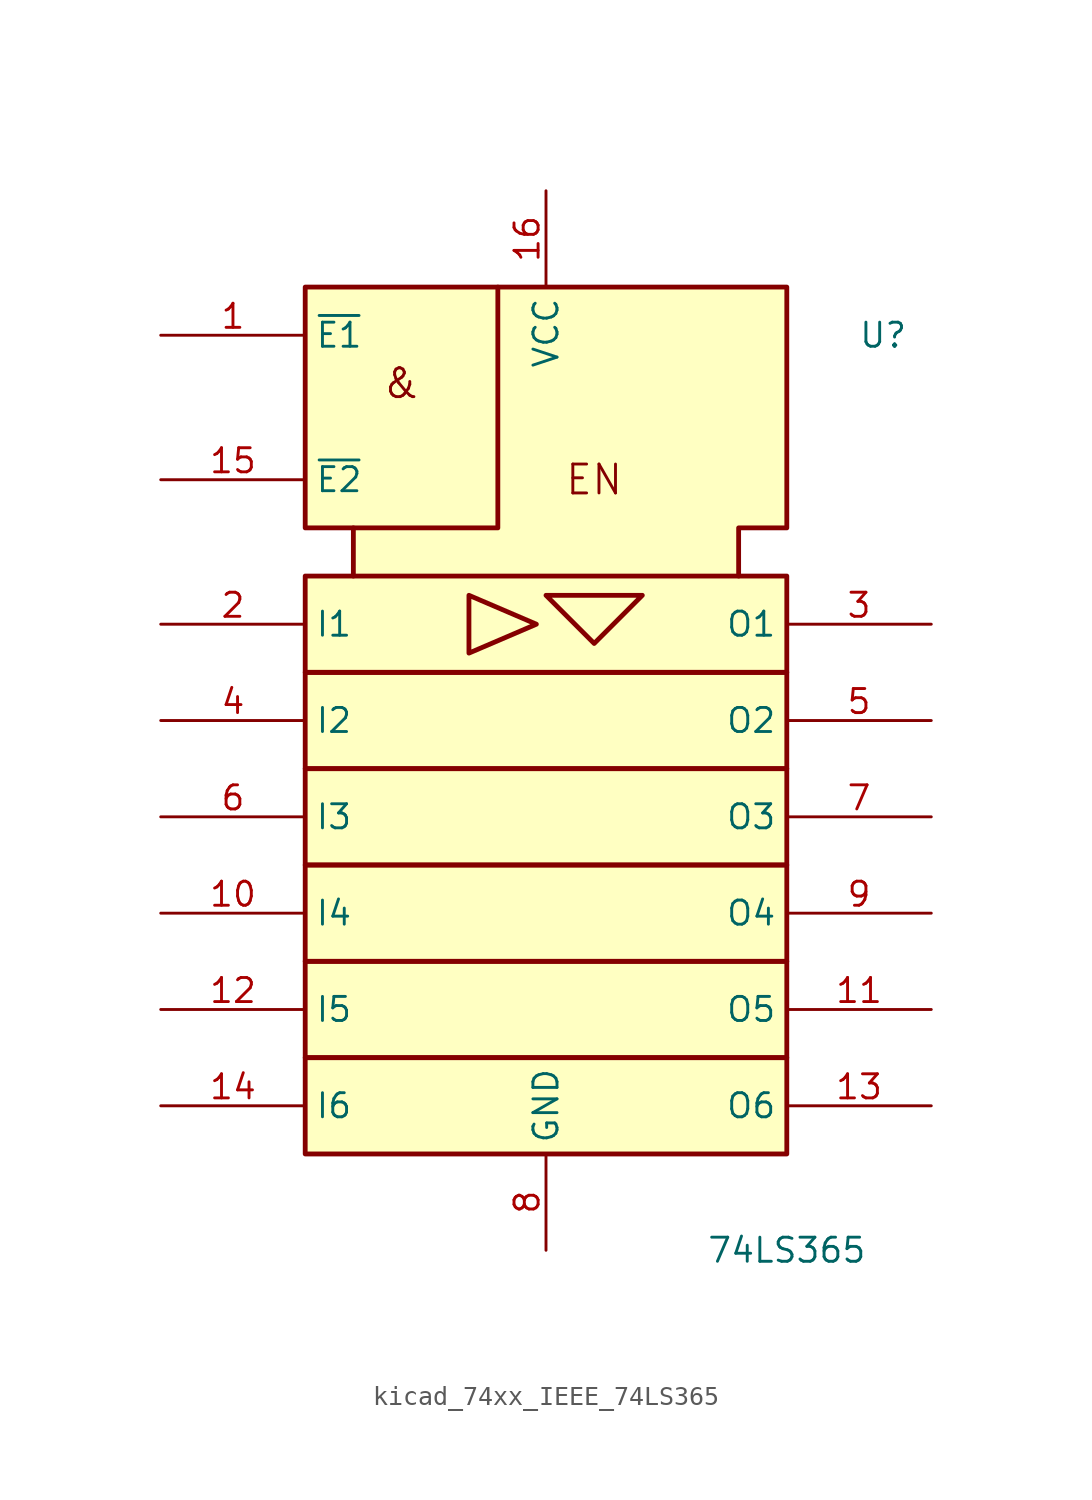
<source format=kicad_sym>
(kicad_symbol_lib
  (version 20220914)
  (generator kicad_symbol_editor)
  (symbol "kicad_74xx_IEEE_74LS365"
    (property "Reference" "U"
      (at 17.78 25.4 0)
      (effects (font (size 1.27 1.27))))
    (property "Value" "74LS365"
      (at 12.7 -22.86 0)
      (effects (font (size 1.27 1.27))))
    (symbol "kicad_74xx_IEEE_74LS365_0_0"
      (polyline (pts (xy -4.064 11.684) (xy -4.064 8.636) (xy -0.508 10.16) (xy -4.064 11.684) (xy -4.064 11.684)) (stroke (width 0.254) (type default)) (fill (type background)))
      (text "&" (at -7.62 22.86 0) (effects (font (size 1.524 1.524))))
      (text "EN" (at 2.54 17.78 0) (effects (font (size 1.524 1.524))))
      (pin power_in line (at 0 -22.86 90) (length 5.08) (name "GND" (effects (font (size 1.27 1.27)))) (number "8" (effects (font (size 1.27 1.27))))))
    (symbol "kicad_74xx_IEEE_74LS365_0_1"
      (rectangle (start -12.7 -12.7) (end 12.7 -17.78) (stroke (width 0.254) (type default)) (fill (type background)))
      (rectangle (start -12.7 -7.62) (end 12.7 -12.7) (stroke (width 0.254) (type default)) (fill (type background)))
      (rectangle (start -12.7 -2.54) (end 12.7 -7.62) (stroke (width 0.254) (type default)) (fill (type background)))
      (rectangle (start -12.7 2.54) (end 12.7 -2.54) (stroke (width 0.254) (type default)) (fill (type background)))
      (rectangle (start -12.7 7.62) (end 12.7 2.54) (stroke (width 0.254) (type default)) (fill (type background)))
      (rectangle (start -12.7 12.7) (end 12.7 7.62) (stroke (width 0.254) (type default)) (fill (type background)))
      (polyline (pts (xy -2.54 27.94) (xy -2.54 15.24) (xy -10.16 15.24) (xy -10.16 15.24)) (stroke (width 0.254) (type default)) (fill (type background)))
      (polyline (pts (xy 0 11.684) (xy 5.08 11.684) (xy 2.54 9.144) (xy 0 11.684) (xy 0 11.684)) (stroke (width 0.254) (type default)) (fill (type background)))
      (polyline (pts (xy -10.16 12.7) (xy -10.16 15.24) (xy -12.7 15.24) (xy -12.7 27.94) (xy 12.7 27.94) (xy 12.7 15.24) (xy 10.16 15.24) (xy 10.16 12.7) (xy 10.16 12.7)) (stroke (width 0.254) (type default)) (fill (type background)))
      (pin power_in line (at 0 33.02 270) (length 5.08) (name "VCC" (effects (font (size 1.27 1.27)))) (number "16" (effects (font (size 1.27 1.27))))))
    (symbol "kicad_74xx_IEEE_74LS365_1_1"
      (pin input line (at -20.32 25.4 0) (length 7.62) (name "~{E1}" (effects (font (size 1.27 1.27)))) (number "1" (effects (font (size 1.27 1.27)))))
      (pin input line (at -20.32 -5.08 0) (length 7.62) (name "I4" (effects (font (size 1.27 1.27)))) (number "10" (effects (font (size 1.27 1.27)))))
      (pin tri_state line (at 20.32 -10.16 180) (length 7.62) (name "O5" (effects (font (size 1.27 1.27)))) (number "11" (effects (font (size 1.27 1.27)))))
      (pin input line (at -20.32 -10.16 0) (length 7.62) (name "I5" (effects (font (size 1.27 1.27)))) (number "12" (effects (font (size 1.27 1.27)))))
      (pin tri_state line (at 20.32 -15.24 180) (length 7.62) (name "O6" (effects (font (size 1.27 1.27)))) (number "13" (effects (font (size 1.27 1.27)))))
      (pin input line (at -20.32 -15.24 0) (length 7.62) (name "I6" (effects (font (size 1.27 1.27)))) (number "14" (effects (font (size 1.27 1.27)))))
      (pin input line (at -20.32 17.78 0) (length 7.62) (name "~{E2}" (effects (font (size 1.27 1.27)))) (number "15" (effects (font (size 1.27 1.27)))))
      (pin input line (at -20.32 10.16 0) (length 7.62) (name "I1" (effects (font (size 1.27 1.27)))) (number "2" (effects (font (size 1.27 1.27)))))
      (pin tri_state line (at 20.32 10.16 180) (length 7.62) (name "O1" (effects (font (size 1.27 1.27)))) (number "3" (effects (font (size 1.27 1.27)))))
      (pin input line (at -20.32 5.08 0) (length 7.62) (name "I2" (effects (font (size 1.27 1.27)))) (number "4" (effects (font (size 1.27 1.27)))))
      (pin tri_state line (at 20.32 5.08 180) (length 7.62) (name "O2" (effects (font (size 1.27 1.27)))) (number "5" (effects (font (size 1.27 1.27)))))
      (pin input line (at -20.32 0 0) (length 7.62) (name "I3" (effects (font (size 1.27 1.27)))) (number "6" (effects (font (size 1.27 1.27)))))
      (pin tri_state line (at 20.32 0 180) (length 7.62) (name "O3" (effects (font (size 1.27 1.27)))) (number "7" (effects (font (size 1.27 1.27)))))
      (pin tri_state line (at 20.32 -5.08 180) (length 7.62) (name "O4" (effects (font (size 1.27 1.27)))) (number "9" (effects (font (size 1.27 1.27))))))))
</source>
